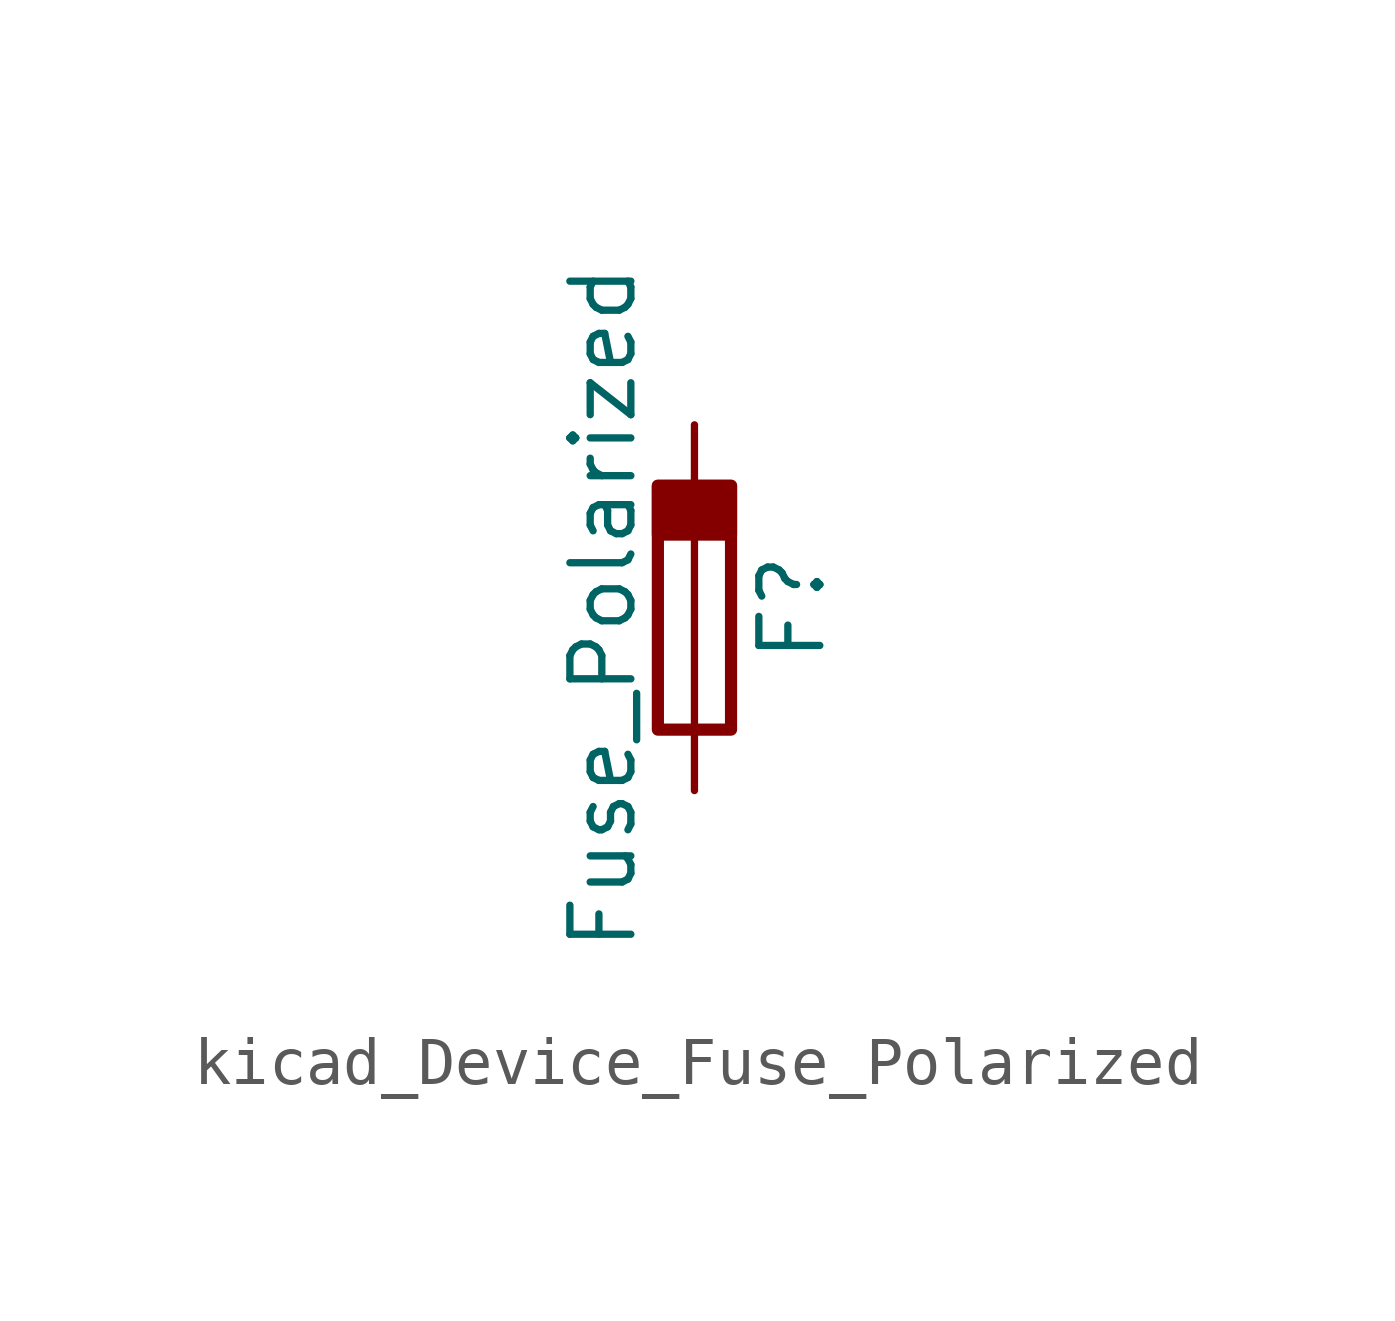
<source format=kicad_sym>
(kicad_symbol_lib
  (version 20220914)
  (generator kicad_symbol_editor)
  (symbol "kicad_Device_Fuse_Polarized"
    (pin_numbers hide)
    (pin_names
      (offset 0))
    (property "Reference" "F"
      (at 2.032 0 90)
      (effects (font (size 1.27 1.27))))
    (property "Value" "Fuse_Polarized"
      (at -1.905 0 90)
      (effects (font (size 1.27 1.27))))
    (symbol "kicad_Device_Fuse_Polarized_0_1"
      (rectangle (start -0.762 -2.54) (end 0.762 2.54) (stroke (width 0.254) (type default)) (fill (type none)))
      (rectangle (start -0.762 2.54) (end 0.762 1.524) (stroke (width 0.254) (type default)) (fill (type outline)))
      (polyline (pts (xy 0 2.54) (xy 0 -2.54)) (stroke (width 0) (type default)) (fill (type none))))
    (symbol "kicad_Device_Fuse_Polarized_1_1"
      (pin power_in line (at 0 3.81 270) (length 1.27) (name "~" (effects (font (size 1.27 1.27)))) (number "1" (effects (font (size 1.27 1.27)))))
      (pin power_out line (at 0 -3.81 90) (length 1.27) (name "~" (effects (font (size 1.27 1.27)))) (number "2" (effects (font (size 1.27 1.27))))))))
</source>
